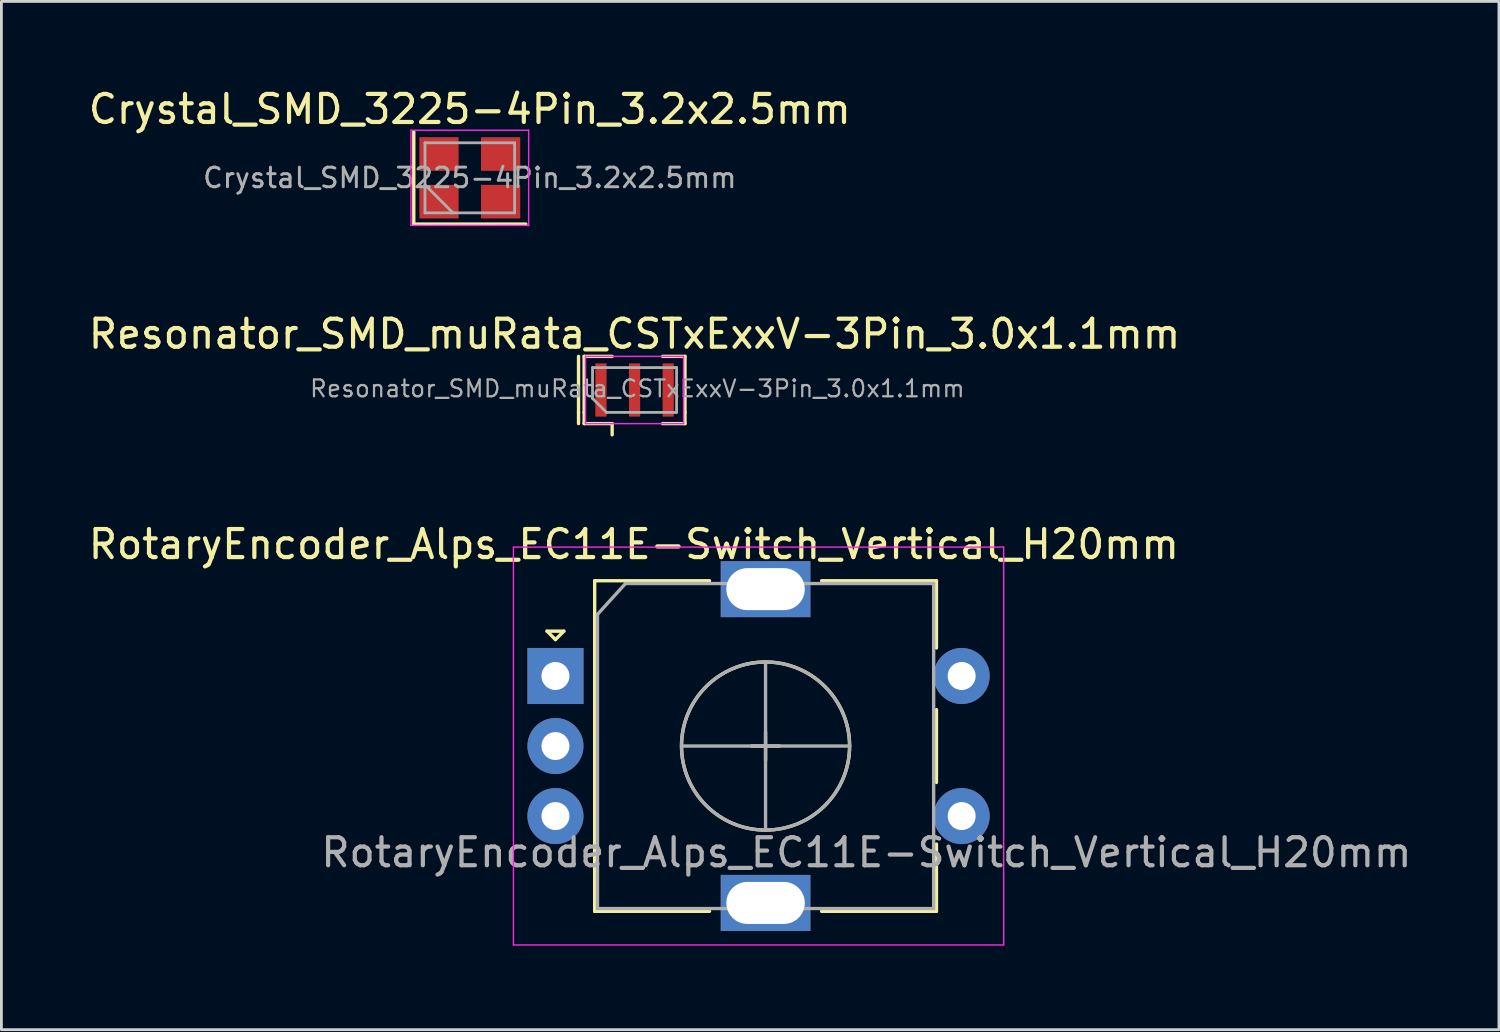
<source format=kicad_pcb>
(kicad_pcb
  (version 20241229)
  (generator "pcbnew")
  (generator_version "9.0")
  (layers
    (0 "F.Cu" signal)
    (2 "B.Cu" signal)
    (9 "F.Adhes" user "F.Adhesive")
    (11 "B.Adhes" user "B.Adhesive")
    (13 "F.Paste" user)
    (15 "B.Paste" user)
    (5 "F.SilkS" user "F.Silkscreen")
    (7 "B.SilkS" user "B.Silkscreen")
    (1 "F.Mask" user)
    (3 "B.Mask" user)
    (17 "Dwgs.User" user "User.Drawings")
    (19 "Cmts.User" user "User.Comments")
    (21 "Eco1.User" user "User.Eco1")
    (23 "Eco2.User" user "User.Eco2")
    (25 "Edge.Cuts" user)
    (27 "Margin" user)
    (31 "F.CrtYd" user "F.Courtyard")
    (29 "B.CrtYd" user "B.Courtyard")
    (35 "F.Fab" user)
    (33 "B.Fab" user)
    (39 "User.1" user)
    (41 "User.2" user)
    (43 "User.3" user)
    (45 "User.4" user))
  (footprint "Crystal_SMD_3225-4Pin_3.2x2.5mm"
    (layer "F.Cu")
    (at 13.72 3.298)
    (property "Reference" "Crystal_SMD_3225-4Pin_3.2x2.5mm" (at 0 -2.45 0) (layer "F.SilkS") (effects (font (size 1 1) (thickness 0.15))))
    (attr smd)
    (fp_line (start -2 -1.65) (end -2 1.65) (stroke (width 0.12) (type solid)) (layer "F.SilkS"))
    (fp_line (start -2 1.65) (end 2 1.65) (stroke (width 0.12) (type solid)) (layer "F.SilkS"))
    (fp_line (start -2.1 -1.7) (end -2.1 1.7) (stroke (width 0.05) (type solid)) (layer "F.CrtYd"))
    (fp_line (start -2.1 1.7) (end 2.1 1.7) (stroke (width 0.05) (type solid)) (layer "F.CrtYd"))
    (fp_line (start 2.1 -1.7) (end -2.1 -1.7) (stroke (width 0.05) (type solid)) (layer "F.CrtYd"))
    (fp_line (start 2.1 1.7) (end 2.1 -1.7) (stroke (width 0.05) (type solid)) (layer "F.CrtYd"))
    (fp_line (start -1.6 -1.25) (end -1.6 1.25) (stroke (width 0.1) (type solid)) (layer "F.Fab"))
    (fp_line (start -1.6 0.25) (end -0.6 1.25) (stroke (width 0.1) (type solid)) (layer "F.Fab"))
    (fp_line (start -1.6 1.25) (end 1.6 1.25) (stroke (width 0.1) (type solid)) (layer "F.Fab"))
    (fp_line (start 1.6 -1.25) (end -1.6 -1.25) (stroke (width 0.1) (type solid)) (layer "F.Fab"))
    (fp_line (start 1.6 1.25) (end 1.6 -1.25) (stroke (width 0.1) (type solid)) (layer "F.Fab"))
    (fp_text user "${REFERENCE}" (at 0 0 0) (layer "F.Fab") (effects (font (size 0.7 0.7) (thickness 0.105))))
    (pad "1" smd rect (at -1.1 0.85) (size 1.4 1.2) (layers "F.Cu" "F.Mask" "F.Paste"))
    (pad "2" smd rect (at 1.1 0.85) (size 1.4 1.2) (layers "F.Cu" "F.Mask" "F.Paste"))
    (pad "3" smd rect (at 1.1 -0.85) (size 1.4 1.2) (layers "F.Cu" "F.Mask" "F.Paste"))
    (pad "4" smd rect (at -1.1 -0.85) (size 1.4 1.2) (layers "F.Cu" "F.Mask" "F.Paste")))
  (footprint "RotaryEncoder_Alps_EC11E-Switch_Vertical_H20mm"
    (layer "F.Cu")
    (at 24.277 23.58)
    (property "Reference" "RotaryEncoder_Alps_EC11E-Switch_Vertical_H20mm" (at -4.7 -7.2 0) (layer "F.SilkS") (effects (font (size 1 1) (thickness 0.15))))
    (attr through_hole)
    (fp_line (start -7.8 -4.1) (end -7.2 -4.1) (stroke (width 0.12) (type solid)) (layer "F.SilkS"))
    (fp_line (start -7.5 -3.8) (end -7.8 -4.1) (stroke (width 0.12) (type solid)) (layer "F.SilkS"))
    (fp_line (start -7.2 -4.1) (end -7.5 -3.8) (stroke (width 0.12) (type solid)) (layer "F.SilkS"))
    (fp_line (start -6.1 -5.9) (end -6.1 5.9) (stroke (width 0.12) (type solid)) (layer "F.SilkS"))
    (fp_line (start -2 -5.9) (end -6.1 -5.9) (stroke (width 0.12) (type solid)) (layer "F.SilkS"))
    (fp_line (start -2 5.9) (end -6.1 5.9) (stroke (width 0.12) (type solid)) (layer "F.SilkS"))
    (fp_line (start -0.5 0) (end 0.5 0) (stroke (width 0.12) (type solid)) (layer "F.SilkS"))
    (fp_line (start 0 -0.5) (end 0 0.5) (stroke (width 0.12) (type solid)) (layer "F.SilkS"))
    (fp_line (start 2 -5.9) (end 6.1 -5.9) (stroke (width 0.12) (type solid)) (layer "F.SilkS"))
    (fp_line (start 6.1 -5.9) (end 6.1 -3.5) (stroke (width 0.12) (type solid)) (layer "F.SilkS"))
    (fp_line (start 6.1 -1.3) (end 6.1 1.3) (stroke (width 0.12) (type solid)) (layer "F.SilkS"))
    (fp_line (start 6.1 3.5) (end 6.1 5.9) (stroke (width 0.12) (type solid)) (layer "F.SilkS"))
    (fp_line (start 6.1 5.9) (end 2 5.9) (stroke (width 0.12) (type solid)) (layer "F.SilkS"))
    (fp_circle (center 0 0) (end 3 0) (stroke (width 0.12) (type solid)) (fill no) (layer "F.SilkS"))
    (fp_line (start -9 -7.1) (end -9 7.1) (stroke (width 0.05) (type solid)) (layer "F.CrtYd"))
    (fp_line (start -9 -7.1) (end 8.5 -7.1) (stroke (width 0.05) (type solid)) (layer "F.CrtYd"))
    (fp_line (start 8.5 7.1) (end -9 7.1) (stroke (width 0.05) (type solid)) (layer "F.CrtYd"))
    (fp_line (start 8.5 7.1) (end 8.5 -7.1) (stroke (width 0.05) (type solid)) (layer "F.CrtYd"))
    (fp_line (start -6 -4.7) (end -5 -5.8) (stroke (width 0.12) (type solid)) (layer "F.Fab"))
    (fp_line (start -6 5.8) (end -6 -4.7) (stroke (width 0.12) (type solid)) (layer "F.Fab"))
    (fp_line (start -5 -5.8) (end 6 -5.8) (stroke (width 0.12) (type solid)) (layer "F.Fab"))
    (fp_line (start -3 0) (end 3 0) (stroke (width 0.12) (type solid)) (layer "F.Fab"))
    (fp_line (start 0 -3) (end 0 3) (stroke (width 0.12) (type solid)) (layer "F.Fab"))
    (fp_line (start 6 -5.8) (end 6 5.8) (stroke (width 0.12) (type solid)) (layer "F.Fab"))
    (fp_line (start 6 5.8) (end -6 5.8) (stroke (width 0.12) (type solid)) (layer "F.Fab"))
    (fp_circle (center 0 0) (end 3 0) (stroke (width 0.12) (type solid)) (fill no) (layer "F.Fab"))
    (fp_text user "${REFERENCE}" (at 3.6 3.8 0) (layer "F.Fab") (effects (font (size 1 1) (thickness 0.15))))
    (pad "A" thru_hole rect (at -7.5 -2.5) (size 2 2) (drill 1) (layers "*.Cu" "*.Mask"))
    (pad "B" thru_hole circle (at -7.5 2.5) (size 2 2) (drill 1) (layers "*.Cu" "*.Mask"))
    (pad "C" thru_hole circle (at -7.5 0) (size 2 2) (drill 1) (layers "*.Cu" "*.Mask"))
    (pad "MP" thru_hole rect (at 0 -5.6) (size 3.2 2) (drill oval 2.8 1.5) (layers "*.Cu" "*.Mask"))
    (pad "MP" thru_hole rect (at 0 5.6) (size 3.2 2) (drill oval 2.8 1.5) (layers "*.Cu" "*.Mask"))
    (pad "S1" thru_hole circle (at 7 2.5) (size 2 2) (drill 1) (layers "*.Cu" "*.Mask"))
    (pad "S2" thru_hole circle (at 7 -2.5) (size 2 2) (drill 1) (layers "*.Cu" "*.Mask")))
  (footprint "Resonator_SMD_muRata_CSTxExxV-3Pin_3.0x1.1mm"
    (layer "F.Cu")
    (at 19.601 10.871)
    (property "Reference" "Resonator_SMD_muRata_CSTxExxV-3Pin_3.0x1.1mm" (at 0 -2 0) (layer "F.SilkS") (effects (font (size 1 1) (thickness 0.15))))
    (attr smd)
    (fp_line (start -2 -1.2) (end -2 0.8) (stroke (width 0.12) (type solid)) (layer "F.SilkS"))
    (fp_line (start -2 0.8) (end -2 1.2) (stroke (width 0.12) (type solid)) (layer "F.SilkS"))
    (fp_line (start -1.8 -1.2) (end -0.8 -1.2) (stroke (width 0.12) (type solid)) (layer "F.SilkS"))
    (fp_line (start -1.8 0.8) (end -1.8 -1.2) (stroke (width 0.12) (type solid)) (layer "F.SilkS"))
    (fp_line (start -1.8 0.8) (end -1.8 1.2) (stroke (width 0.12) (type solid)) (layer "F.SilkS"))
    (fp_line (start -0.8 1.2) (end -1.8 1.2) (stroke (width 0.12) (type solid)) (layer "F.SilkS"))
    (fp_line (start -0.8 1.2) (end -0.8 1.6) (stroke (width 0.12) (type solid)) (layer "F.SilkS"))
    (fp_line (start 1 -1.2) (end 1.8 -1.2) (stroke (width 0.12) (type solid)) (layer "F.SilkS"))
    (fp_line (start 1.8 -1.2) (end 1.8 0.8) (stroke (width 0.12) (type solid)) (layer "F.SilkS"))
    (fp_line (start 1.8 0.8) (end 1.8 1.2) (stroke (width 0.12) (type solid)) (layer "F.SilkS"))
    (fp_line (start 1.8 1.2) (end 1 1.2) (stroke (width 0.12) (type solid)) (layer "F.SilkS"))
    (fp_line (start -1.75 -1.2) (end 1.75 -1.2) (stroke (width 0.05) (type solid)) (layer "F.CrtYd"))
    (fp_line (start -1.75 1.2) (end -1.75 -1.2) (stroke (width 0.05) (type solid)) (layer "F.CrtYd"))
    (fp_line (start 1.75 -1.2) (end 1.75 1.2) (stroke (width 0.05) (type solid)) (layer "F.CrtYd"))
    (fp_line (start 1.75 1.2) (end -1.75 1.2) (stroke (width 0.05) (type solid)) (layer "F.CrtYd"))
    (fp_line (start -1.5 0.3) (end -1.5 -0.8) (stroke (width 0.1) (type solid)) (layer "F.Fab"))
    (fp_line (start -1 0.8) (end -1.5 0.3) (stroke (width 0.1) (type solid)) (layer "F.Fab"))
    (fp_line (start -1 0.8) (end 1.5 0.8) (stroke (width 0.1) (type solid)) (layer "F.Fab"))
    (fp_line (start 1.5 -0.8) (end -1.5 -0.8) (stroke (width 0.1) (type solid)) (layer "F.Fab"))
    (fp_line (start 1.5 0.8) (end 1.5 -0.8) (stroke (width 0.1) (type solid)) (layer "F.Fab"))
    (fp_text user "${REFERENCE}" (at 0.1 -0.05 0) (layer "F.Fab") (effects (font (size 0.6 0.6) (thickness 0.08))))
    (pad "1" smd rect (at -1.2 0) (size 0.4 1.9) (layers "F.Cu" "F.Mask" "F.Paste"))
    (pad "2" smd rect (at 0 0) (size 0.4 1.9) (layers "F.Cu" "F.Mask" "F.Paste"))
    (pad "3" smd rect (at 1.2 0) (size 0.4 1.9) (layers "F.Cu" "F.Mask" "F.Paste")))
  (gr_rect
    (start -3 -3)
    (end 50.455 33.705)
    (stroke (width 0.1) (type default))
    (fill no)
    (layer "Edge.Cuts")))
</source>
